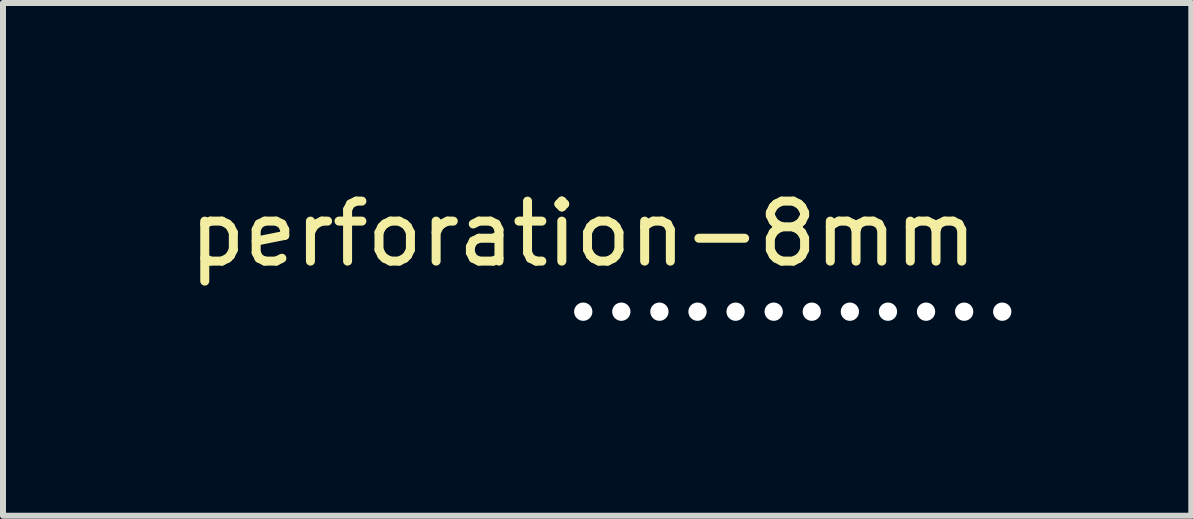
<source format=kicad_pcb>
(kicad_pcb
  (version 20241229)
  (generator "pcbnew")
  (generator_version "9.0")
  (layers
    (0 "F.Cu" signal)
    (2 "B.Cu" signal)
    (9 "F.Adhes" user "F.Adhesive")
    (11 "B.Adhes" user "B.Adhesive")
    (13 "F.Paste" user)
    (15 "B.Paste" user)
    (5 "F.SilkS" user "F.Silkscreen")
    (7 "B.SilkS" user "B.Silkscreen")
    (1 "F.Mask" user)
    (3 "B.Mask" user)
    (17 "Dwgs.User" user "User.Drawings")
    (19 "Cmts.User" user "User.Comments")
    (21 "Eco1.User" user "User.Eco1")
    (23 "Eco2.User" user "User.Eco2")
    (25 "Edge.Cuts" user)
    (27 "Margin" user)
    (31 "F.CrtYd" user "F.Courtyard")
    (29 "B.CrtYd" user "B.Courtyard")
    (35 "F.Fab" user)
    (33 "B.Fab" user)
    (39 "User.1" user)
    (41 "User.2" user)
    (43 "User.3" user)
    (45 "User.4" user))
  (footprint "perforation-8mm"
    (layer "F.Cu")
    (at 6.673 2.298)
    (property "Reference" "perforation-8mm" (at 0 -1.45 0) (layer "F.SilkS") (effects (font (size 1 1) (thickness 0.15))))
    (attr through_hole)
    (pad "" np_thru_hole circle (at 0 -0.152) (size 0.305 0.305) (drill 0.305) (layers "*.Cu"))
    (pad "" np_thru_hole circle (at 0.635 -0.152) (size 0.305 0.305) (drill 0.305) (layers "*.Cu"))
    (pad "" np_thru_hole circle (at 1.27 -0.152) (size 0.305 0.305) (drill 0.305) (layers "*.Cu"))
    (pad "" np_thru_hole circle (at 1.905 -0.152) (size 0.305 0.305) (drill 0.305) (layers "*.Cu"))
    (pad "" np_thru_hole circle (at 2.54 -0.152) (size 0.305 0.305) (drill 0.305) (layers "*.Cu"))
    (pad "" np_thru_hole circle (at 3.175 -0.152) (size 0.305 0.305) (drill 0.305) (layers "*.Cu"))
    (pad "" np_thru_hole circle (at 3.81 -0.152) (size 0.305 0.305) (drill 0.305) (layers "*.Cu"))
    (pad "" np_thru_hole circle (at 4.445 -0.152) (size 0.305 0.305) (drill 0.305) (layers "*.Cu"))
    (pad "" np_thru_hole circle (at 5.08 -0.152) (size 0.305 0.305) (drill 0.305) (layers "*.Cu"))
    (pad "" np_thru_hole circle (at 5.715 -0.152) (size 0.305 0.305) (drill 0.305) (layers "*.Cu"))
    (pad "" np_thru_hole circle (at 6.35 -0.152) (size 0.305 0.305) (drill 0.305) (layers "*.Cu"))
    (pad "" np_thru_hole circle (at 6.985 -0.152) (size 0.305 0.305) (drill 0.305) (layers "*.Cu")))
  (gr_rect
    (start -3 -3)
    (end 16.81 5.548)
    (stroke (width 0.1) (type default))
    (fill no)
    (layer "Edge.Cuts")))
</source>
